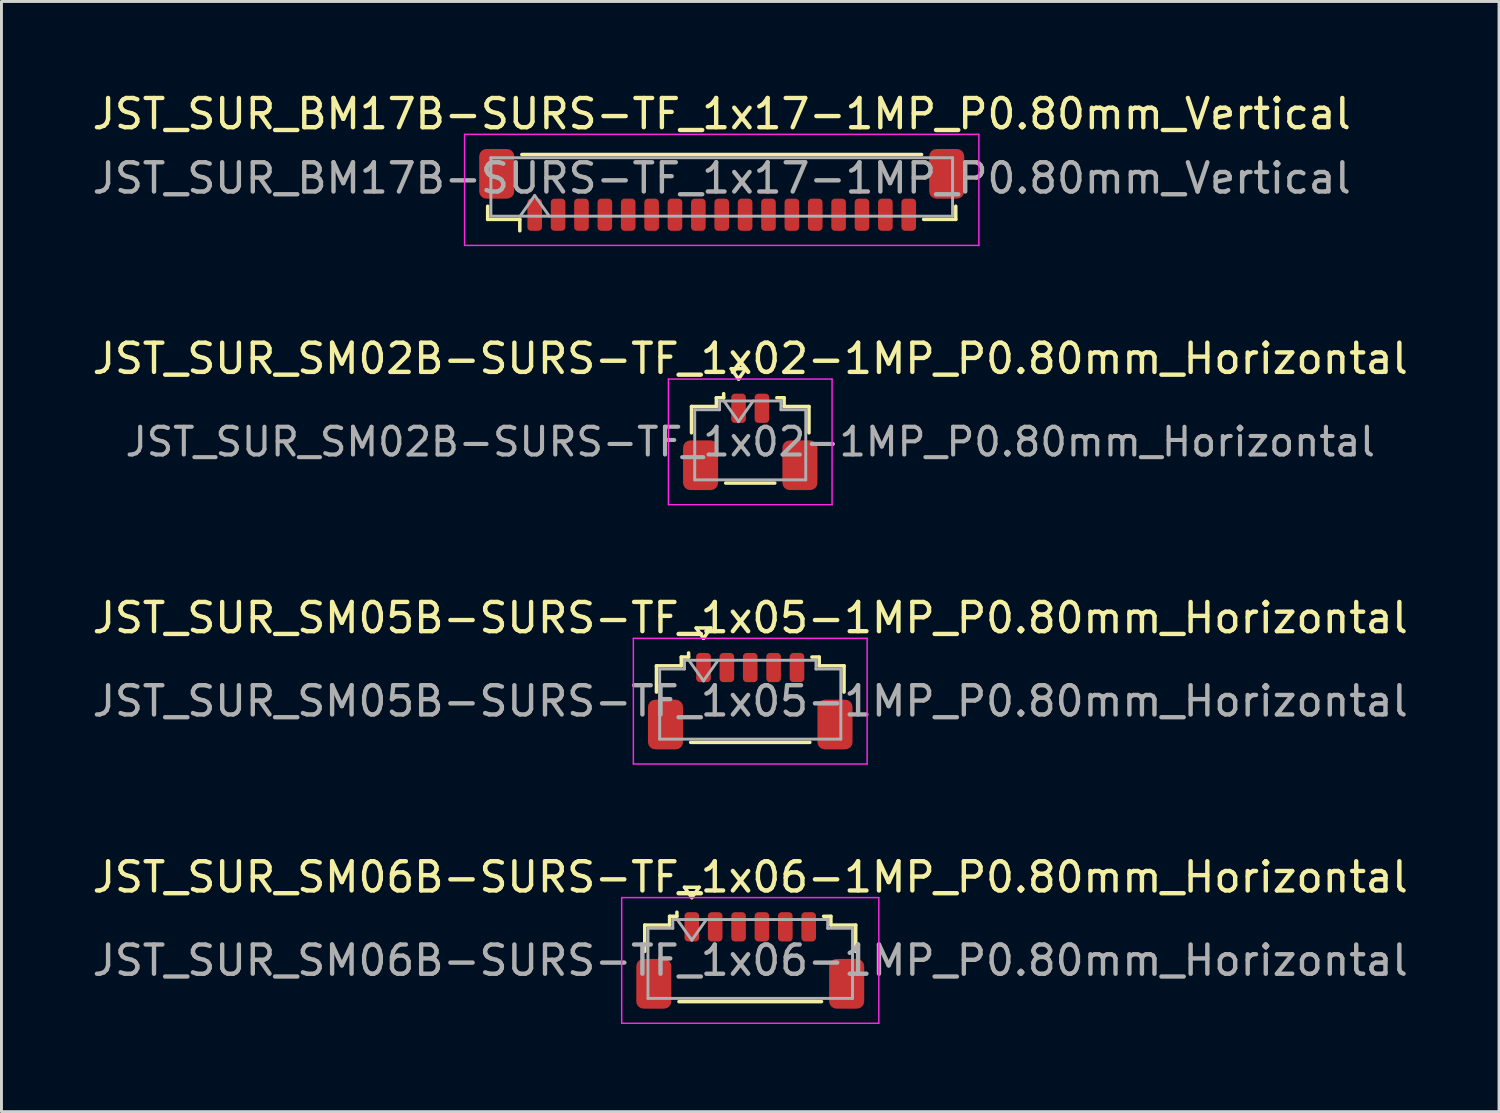
<source format=kicad_pcb>
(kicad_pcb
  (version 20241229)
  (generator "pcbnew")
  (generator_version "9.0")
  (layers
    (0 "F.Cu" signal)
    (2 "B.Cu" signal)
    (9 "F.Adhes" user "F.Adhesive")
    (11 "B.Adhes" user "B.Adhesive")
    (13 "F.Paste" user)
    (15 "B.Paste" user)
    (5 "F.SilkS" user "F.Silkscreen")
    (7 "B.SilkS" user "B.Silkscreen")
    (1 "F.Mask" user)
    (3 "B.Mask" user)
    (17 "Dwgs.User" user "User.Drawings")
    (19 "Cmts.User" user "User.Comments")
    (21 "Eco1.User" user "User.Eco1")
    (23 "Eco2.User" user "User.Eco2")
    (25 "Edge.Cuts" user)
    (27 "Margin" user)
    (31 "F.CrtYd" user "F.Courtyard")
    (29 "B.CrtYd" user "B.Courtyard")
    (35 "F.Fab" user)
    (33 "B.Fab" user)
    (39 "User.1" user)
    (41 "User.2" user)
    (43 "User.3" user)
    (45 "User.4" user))
  (footprint "JST_SUR_SM02B-SURS-TF_1x02-1MP_P0.80mm_Horizontal"
    (layer "F.Cu")
    (at 22.625 12.072)
    (property "Reference" "JST_SUR_SM02B-SURS-TF_1x02-1MP_P0.80mm_Horizontal" (at 0 -2.85 0) (layer "F.SilkS") (effects (font (size 1 1) (thickness 0.15))))
    (attr smd)
    (fp_line (start -2.01 -1.21) (end -1.16 -1.21) (stroke (width 0.12) (type solid)) (layer "F.SilkS"))
    (fp_line (start -2.01 -0.31) (end -2.01 -1.21) (stroke (width 0.12) (type solid)) (layer "F.SilkS"))
    (fp_line (start -1.16 -1.51) (end -0.91 -1.51) (stroke (width 0.12) (type solid)) (layer "F.SilkS"))
    (fp_line (start -1.16 -1.21) (end -1.16 -1.51) (stroke (width 0.12) (type solid)) (layer "F.SilkS"))
    (fp_line (start -0.91 -1.51) (end -0.91 -1.65) (stroke (width 0.12) (type solid)) (layer "F.SilkS"))
    (fp_line (start -0.84 1.41) (end 0.84 1.41) (stroke (width 0.12) (type solid)) (layer "F.SilkS"))
    (fp_line (start -0.65 -2.504) (end -0.4 -2.15) (stroke (width 0.12) (type solid)) (layer "F.SilkS"))
    (fp_line (start -0.4 -2.15) (end -0.15 -2.504) (stroke (width 0.12) (type solid)) (layer "F.SilkS"))
    (fp_line (start -0.15 -2.504) (end -0.65 -2.504) (stroke (width 0.12) (type solid)) (layer "F.SilkS"))
    (fp_line (start 1.16 -1.51) (end 0.91 -1.51) (stroke (width 0.12) (type solid)) (layer "F.SilkS"))
    (fp_line (start 1.16 -1.21) (end 1.16 -1.51) (stroke (width 0.12) (type solid)) (layer "F.SilkS"))
    (fp_line (start 2.01 -1.21) (end 1.16 -1.21) (stroke (width 0.12) (type solid)) (layer "F.SilkS"))
    (fp_line (start 2.01 -0.31) (end 2.01 -1.21) (stroke (width 0.12) (type solid)) (layer "F.SilkS"))
    (fp_line (start -2.8 -2.15) (end -2.8 2.15) (stroke (width 0.05) (type solid)) (layer "F.CrtYd"))
    (fp_line (start -2.8 2.15) (end 2.8 2.15) (stroke (width 0.05) (type solid)) (layer "F.CrtYd"))
    (fp_line (start 2.8 -2.15) (end -2.8 -2.15) (stroke (width 0.05) (type solid)) (layer "F.CrtYd"))
    (fp_line (start 2.8 2.15) (end 2.8 -2.15) (stroke (width 0.05) (type solid)) (layer "F.CrtYd"))
    (fp_line (start -1.9 -1.1) (end -1.9 1.3) (stroke (width 0.1) (type solid)) (layer "F.Fab"))
    (fp_line (start -1.9 -1.1) (end -1.05 -1.1) (stroke (width 0.1) (type solid)) (layer "F.Fab"))
    (fp_line (start -1.9 1.3) (end 1.9 1.3) (stroke (width 0.1) (type solid)) (layer "F.Fab"))
    (fp_line (start -1.05 -1.4) (end 1.05 -1.4) (stroke (width 0.1) (type solid)) (layer "F.Fab"))
    (fp_line (start -1.05 -1.1) (end -1.05 -1.4) (stroke (width 0.1) (type solid)) (layer "F.Fab"))
    (fp_line (start -0.9 -1.4) (end -0.4 -0.693) (stroke (width 0.1) (type solid)) (layer "F.Fab"))
    (fp_line (start -0.4 -0.693) (end 0.1 -1.4) (stroke (width 0.1) (type solid)) (layer "F.Fab"))
    (fp_line (start 1.05 -1.4) (end 1.05 -1.1) (stroke (width 0.1) (type solid)) (layer "F.Fab"))
    (fp_line (start 1.05 -1.1) (end 1.9 -1.1) (stroke (width 0.1) (type solid)) (layer "F.Fab"))
    (fp_line (start 1.9 -1.1) (end 1.9 1.3) (stroke (width 0.1) (type solid)) (layer "F.Fab"))
    (fp_text user "${REFERENCE}" (at 0 0 0) (layer "F.Fab") (effects (font (size 0.95 0.95) (thickness 0.14))))
    (pad "1" smd roundrect (at -0.4 -1.15) (size 0.5 1) (layers "F.Cu" "F.Mask" "F.Paste") (roundrect_rratio 0.25))
    (pad "2" smd roundrect (at 0.4 -1.15) (size 0.5 1) (layers "F.Cu" "F.Mask" "F.Paste") (roundrect_rratio 0.25))
    (pad "MP" smd roundrect (at -1.7 0.8) (size 1.2 1.7) (layers "F.Cu" "F.Mask" "F.Paste") (roundrect_rratio 0.208))
    (pad "MP" smd roundrect (at 1.7 0.8) (size 1.2 1.7) (layers "F.Cu" "F.Mask" "F.Paste") (roundrect_rratio 0.208)))
  (footprint "JST_SUR_BM17B-SURS-TF_1x17-1MP_P0.80mm_Vertical"
    (layer "F.Cu")
    (at 21.649 3.448)
    (property "Reference" "JST_SUR_BM17B-SURS-TF_1x17-1MP_P0.80mm_Vertical" (at 0 -2.6 0) (layer "F.SilkS") (effects (font (size 1 1) (thickness 0.15))))
    (attr smd)
    (fp_line (start -8.01 0.56) (end -8.01 1.01) (stroke (width 0.12) (type solid)) (layer "F.SilkS"))
    (fp_line (start -8.01 1.01) (end -6.91 1.01) (stroke (width 0.12) (type solid)) (layer "F.SilkS"))
    (fp_line (start -6.91 1.01) (end -6.91 1.4) (stroke (width 0.12) (type solid)) (layer "F.SilkS"))
    (fp_line (start -6.84 -1.21) (end 6.84 -1.21) (stroke (width 0.12) (type solid)) (layer "F.SilkS"))
    (fp_line (start 8.01 0.56) (end 8.01 1.01) (stroke (width 0.12) (type solid)) (layer "F.SilkS"))
    (fp_line (start 8.01 1.01) (end 6.91 1.01) (stroke (width 0.12) (type solid)) (layer "F.SilkS"))
    (fp_line (start -8.8 -1.9) (end -8.8 1.9) (stroke (width 0.05) (type solid)) (layer "F.CrtYd"))
    (fp_line (start -8.8 1.9) (end 8.8 1.9) (stroke (width 0.05) (type solid)) (layer "F.CrtYd"))
    (fp_line (start 8.8 -1.9) (end -8.8 -1.9) (stroke (width 0.05) (type solid)) (layer "F.CrtYd"))
    (fp_line (start 8.8 1.9) (end 8.8 -1.9) (stroke (width 0.05) (type solid)) (layer "F.CrtYd"))
    (fp_line (start -7.9 -1.1) (end 7.9 -1.1) (stroke (width 0.1) (type solid)) (layer "F.Fab"))
    (fp_line (start -7.9 0.9) (end -7.9 -1.1) (stroke (width 0.1) (type solid)) (layer "F.Fab"))
    (fp_line (start -7.9 0.9) (end 7.9 0.9) (stroke (width 0.1) (type solid)) (layer "F.Fab"))
    (fp_line (start -6.9 0.9) (end -6.4 0.193) (stroke (width 0.1) (type solid)) (layer "F.Fab"))
    (fp_line (start -6.4 0.193) (end -5.9 0.9) (stroke (width 0.1) (type solid)) (layer "F.Fab"))
    (fp_line (start 7.9 0.9) (end 7.9 -1.1) (stroke (width 0.1) (type solid)) (layer "F.Fab"))
    (fp_text user "${REFERENCE}" (at 0 -0.4 0) (layer "F.Fab") (effects (font (size 1 1) (thickness 0.15))))
    (pad "1" smd roundrect (at -6.4 0.85) (size 0.5 1.1) (layers "F.Cu" "F.Mask" "F.Paste") (roundrect_rratio 0.25))
    (pad "2" smd roundrect (at -5.6 0.85) (size 0.5 1.1) (layers "F.Cu" "F.Mask" "F.Paste") (roundrect_rratio 0.25))
    (pad "3" smd roundrect (at -4.8 0.85) (size 0.5 1.1) (layers "F.Cu" "F.Mask" "F.Paste") (roundrect_rratio 0.25))
    (pad "4" smd roundrect (at -4 0.85) (size 0.5 1.1) (layers "F.Cu" "F.Mask" "F.Paste") (roundrect_rratio 0.25))
    (pad "5" smd roundrect (at -3.2 0.85) (size 0.5 1.1) (layers "F.Cu" "F.Mask" "F.Paste") (roundrect_rratio 0.25))
    (pad "6" smd roundrect (at -2.4 0.85) (size 0.5 1.1) (layers "F.Cu" "F.Mask" "F.Paste") (roundrect_rratio 0.25))
    (pad "7" smd roundrect (at -1.6 0.85) (size 0.5 1.1) (layers "F.Cu" "F.Mask" "F.Paste") (roundrect_rratio 0.25))
    (pad "8" smd roundrect (at -0.8 0.85) (size 0.5 1.1) (layers "F.Cu" "F.Mask" "F.Paste") (roundrect_rratio 0.25))
    (pad "9" smd roundrect (at 0 0.85) (size 0.5 1.1) (layers "F.Cu" "F.Mask" "F.Paste") (roundrect_rratio 0.25))
    (pad "10" smd roundrect (at 0.8 0.85) (size 0.5 1.1) (layers "F.Cu" "F.Mask" "F.Paste") (roundrect_rratio 0.25))
    (pad "11" smd roundrect (at 1.6 0.85) (size 0.5 1.1) (layers "F.Cu" "F.Mask" "F.Paste") (roundrect_rratio 0.25))
    (pad "12" smd roundrect (at 2.4 0.85) (size 0.5 1.1) (layers "F.Cu" "F.Mask" "F.Paste") (roundrect_rratio 0.25))
    (pad "13" smd roundrect (at 3.2 0.85) (size 0.5 1.1) (layers "F.Cu" "F.Mask" "F.Paste") (roundrect_rratio 0.25))
    (pad "14" smd roundrect (at 4 0.85) (size 0.5 1.1) (layers "F.Cu" "F.Mask" "F.Paste") (roundrect_rratio 0.25))
    (pad "15" smd roundrect (at 4.8 0.85) (size 0.5 1.1) (layers "F.Cu" "F.Mask" "F.Paste") (roundrect_rratio 0.25))
    (pad "16" smd roundrect (at 5.6 0.85) (size 0.5 1.1) (layers "F.Cu" "F.Mask" "F.Paste") (roundrect_rratio 0.25))
    (pad "17" smd roundrect (at 6.4 0.85) (size 0.5 1.1) (layers "F.Cu" "F.Mask" "F.Paste") (roundrect_rratio 0.25))
    (pad "MP" smd roundrect (at -7.7 -0.55) (size 1.2 1.7) (layers "F.Cu" "F.Mask" "F.Paste") (roundrect_rratio 0.208))
    (pad "MP" smd roundrect (at 7.7 -0.55) (size 1.2 1.7) (layers "F.Cu" "F.Mask" "F.Paste") (roundrect_rratio 0.208)))
  (footprint "JST_SUR_SM05B-SURS-TF_1x05-1MP_P0.80mm_Horizontal"
    (layer "F.Cu")
    (at 22.625 20.945)
    (property "Reference" "JST_SUR_SM05B-SURS-TF_1x05-1MP_P0.80mm_Horizontal" (at 0 -2.85 0) (layer "F.SilkS") (effects (font (size 1 1) (thickness 0.15))))
    (attr smd)
    (fp_line (start -3.21 -1.21) (end -2.36 -1.21) (stroke (width 0.12) (type solid)) (layer "F.SilkS"))
    (fp_line (start -3.21 -0.31) (end -3.21 -1.21) (stroke (width 0.12) (type solid)) (layer "F.SilkS"))
    (fp_line (start -2.36 -1.51) (end -2.11 -1.51) (stroke (width 0.12) (type solid)) (layer "F.SilkS"))
    (fp_line (start -2.36 -1.21) (end -2.36 -1.51) (stroke (width 0.12) (type solid)) (layer "F.SilkS"))
    (fp_line (start -2.11 -1.51) (end -2.11 -1.65) (stroke (width 0.12) (type solid)) (layer "F.SilkS"))
    (fp_line (start -2.04 1.41) (end 2.04 1.41) (stroke (width 0.12) (type solid)) (layer "F.SilkS"))
    (fp_line (start -1.85 -2.504) (end -1.6 -2.15) (stroke (width 0.12) (type solid)) (layer "F.SilkS"))
    (fp_line (start -1.6 -2.15) (end -1.35 -2.504) (stroke (width 0.12) (type solid)) (layer "F.SilkS"))
    (fp_line (start -1.35 -2.504) (end -1.85 -2.504) (stroke (width 0.12) (type solid)) (layer "F.SilkS"))
    (fp_line (start 2.36 -1.51) (end 2.11 -1.51) (stroke (width 0.12) (type solid)) (layer "F.SilkS"))
    (fp_line (start 2.36 -1.21) (end 2.36 -1.51) (stroke (width 0.12) (type solid)) (layer "F.SilkS"))
    (fp_line (start 3.21 -1.21) (end 2.36 -1.21) (stroke (width 0.12) (type solid)) (layer "F.SilkS"))
    (fp_line (start 3.21 -0.31) (end 3.21 -1.21) (stroke (width 0.12) (type solid)) (layer "F.SilkS"))
    (fp_line (start -4 -2.15) (end -4 2.15) (stroke (width 0.05) (type solid)) (layer "F.CrtYd"))
    (fp_line (start -4 2.15) (end 4 2.15) (stroke (width 0.05) (type solid)) (layer "F.CrtYd"))
    (fp_line (start 4 -2.15) (end -4 -2.15) (stroke (width 0.05) (type solid)) (layer "F.CrtYd"))
    (fp_line (start 4 2.15) (end 4 -2.15) (stroke (width 0.05) (type solid)) (layer "F.CrtYd"))
    (fp_line (start -3.1 -1.1) (end -3.1 1.3) (stroke (width 0.1) (type solid)) (layer "F.Fab"))
    (fp_line (start -3.1 -1.1) (end -2.25 -1.1) (stroke (width 0.1) (type solid)) (layer "F.Fab"))
    (fp_line (start -3.1 1.3) (end 3.1 1.3) (stroke (width 0.1) (type solid)) (layer "F.Fab"))
    (fp_line (start -2.25 -1.4) (end 2.25 -1.4) (stroke (width 0.1) (type solid)) (layer "F.Fab"))
    (fp_line (start -2.25 -1.1) (end -2.25 -1.4) (stroke (width 0.1) (type solid)) (layer "F.Fab"))
    (fp_line (start -2.1 -1.4) (end -1.6 -0.693) (stroke (width 0.1) (type solid)) (layer "F.Fab"))
    (fp_line (start -1.6 -0.693) (end -1.1 -1.4) (stroke (width 0.1) (type solid)) (layer "F.Fab"))
    (fp_line (start 2.25 -1.4) (end 2.25 -1.1) (stroke (width 0.1) (type solid)) (layer "F.Fab"))
    (fp_line (start 2.25 -1.1) (end 3.1 -1.1) (stroke (width 0.1) (type solid)) (layer "F.Fab"))
    (fp_line (start 3.1 -1.1) (end 3.1 1.3) (stroke (width 0.1) (type solid)) (layer "F.Fab"))
    (fp_text user "${REFERENCE}" (at 0 0 0) (layer "F.Fab") (effects (font (size 1 1) (thickness 0.15))))
    (pad "1" smd roundrect (at -1.6 -1.15) (size 0.5 1) (layers "F.Cu" "F.Mask" "F.Paste") (roundrect_rratio 0.25))
    (pad "2" smd roundrect (at -0.8 -1.15) (size 0.5 1) (layers "F.Cu" "F.Mask" "F.Paste") (roundrect_rratio 0.25))
    (pad "3" smd roundrect (at 0 -1.15) (size 0.5 1) (layers "F.Cu" "F.Mask" "F.Paste") (roundrect_rratio 0.25))
    (pad "4" smd roundrect (at 0.8 -1.15) (size 0.5 1) (layers "F.Cu" "F.Mask" "F.Paste") (roundrect_rratio 0.25))
    (pad "5" smd roundrect (at 1.6 -1.15) (size 0.5 1) (layers "F.Cu" "F.Mask" "F.Paste") (roundrect_rratio 0.25))
    (pad "MP" smd roundrect (at -2.9 0.8) (size 1.2 1.7) (layers "F.Cu" "F.Mask" "F.Paste") (roundrect_rratio 0.208))
    (pad "MP" smd roundrect (at 2.9 0.8) (size 1.2 1.7) (layers "F.Cu" "F.Mask" "F.Paste") (roundrect_rratio 0.208)))
  (footprint "JST_SUR_SM06B-SURS-TF_1x06-1MP_P0.80mm_Horizontal"
    (layer "F.Cu")
    (at 22.625 29.818)
    (property "Reference" "JST_SUR_SM06B-SURS-TF_1x06-1MP_P0.80mm_Horizontal" (at 0 -2.85 0) (layer "F.SilkS") (effects (font (size 1 1) (thickness 0.15))))
    (attr smd)
    (fp_line (start -3.61 -1.21) (end -2.76 -1.21) (stroke (width 0.12) (type solid)) (layer "F.SilkS"))
    (fp_line (start -3.61 -0.31) (end -3.61 -1.21) (stroke (width 0.12) (type solid)) (layer "F.SilkS"))
    (fp_line (start -2.76 -1.51) (end -2.51 -1.51) (stroke (width 0.12) (type solid)) (layer "F.SilkS"))
    (fp_line (start -2.76 -1.21) (end -2.76 -1.51) (stroke (width 0.12) (type solid)) (layer "F.SilkS"))
    (fp_line (start -2.51 -1.51) (end -2.51 -1.65) (stroke (width 0.12) (type solid)) (layer "F.SilkS"))
    (fp_line (start -2.44 1.41) (end 2.44 1.41) (stroke (width 0.12) (type solid)) (layer "F.SilkS"))
    (fp_line (start -2.25 -2.504) (end -2 -2.15) (stroke (width 0.12) (type solid)) (layer "F.SilkS"))
    (fp_line (start -2 -2.15) (end -1.75 -2.504) (stroke (width 0.12) (type solid)) (layer "F.SilkS"))
    (fp_line (start -1.75 -2.504) (end -2.25 -2.504) (stroke (width 0.12) (type solid)) (layer "F.SilkS"))
    (fp_line (start 2.76 -1.51) (end 2.51 -1.51) (stroke (width 0.12) (type solid)) (layer "F.SilkS"))
    (fp_line (start 2.76 -1.21) (end 2.76 -1.51) (stroke (width 0.12) (type solid)) (layer "F.SilkS"))
    (fp_line (start 3.61 -1.21) (end 2.76 -1.21) (stroke (width 0.12) (type solid)) (layer "F.SilkS"))
    (fp_line (start 3.61 -0.31) (end 3.61 -1.21) (stroke (width 0.12) (type solid)) (layer "F.SilkS"))
    (fp_line (start -4.4 -2.15) (end -4.4 2.15) (stroke (width 0.05) (type solid)) (layer "F.CrtYd"))
    (fp_line (start -4.4 2.15) (end 4.4 2.15) (stroke (width 0.05) (type solid)) (layer "F.CrtYd"))
    (fp_line (start 4.4 -2.15) (end -4.4 -2.15) (stroke (width 0.05) (type solid)) (layer "F.CrtYd"))
    (fp_line (start 4.4 2.15) (end 4.4 -2.15) (stroke (width 0.05) (type solid)) (layer "F.CrtYd"))
    (fp_line (start -3.5 -1.1) (end -3.5 1.3) (stroke (width 0.1) (type solid)) (layer "F.Fab"))
    (fp_line (start -3.5 -1.1) (end -2.65 -1.1) (stroke (width 0.1) (type solid)) (layer "F.Fab"))
    (fp_line (start -3.5 1.3) (end 3.5 1.3) (stroke (width 0.1) (type solid)) (layer "F.Fab"))
    (fp_line (start -2.65 -1.4) (end 2.65 -1.4) (stroke (width 0.1) (type solid)) (layer "F.Fab"))
    (fp_line (start -2.65 -1.1) (end -2.65 -1.4) (stroke (width 0.1) (type solid)) (layer "F.Fab"))
    (fp_line (start -2.5 -1.4) (end -2 -0.693) (stroke (width 0.1) (type solid)) (layer "F.Fab"))
    (fp_line (start -2 -0.693) (end -1.5 -1.4) (stroke (width 0.1) (type solid)) (layer "F.Fab"))
    (fp_line (start 2.65 -1.4) (end 2.65 -1.1) (stroke (width 0.1) (type solid)) (layer "F.Fab"))
    (fp_line (start 2.65 -1.1) (end 3.5 -1.1) (stroke (width 0.1) (type solid)) (layer "F.Fab"))
    (fp_line (start 3.5 -1.1) (end 3.5 1.3) (stroke (width 0.1) (type solid)) (layer "F.Fab"))
    (fp_text user "${REFERENCE}" (at 0 0 0) (layer "F.Fab") (effects (font (size 1 1) (thickness 0.15))))
    (pad "1" smd roundrect (at -2 -1.15) (size 0.5 1) (layers "F.Cu" "F.Mask" "F.Paste") (roundrect_rratio 0.25))
    (pad "2" smd roundrect (at -1.2 -1.15) (size 0.5 1) (layers "F.Cu" "F.Mask" "F.Paste") (roundrect_rratio 0.25))
    (pad "3" smd roundrect (at -0.4 -1.15) (size 0.5 1) (layers "F.Cu" "F.Mask" "F.Paste") (roundrect_rratio 0.25))
    (pad "4" smd roundrect (at 0.4 -1.15) (size 0.5 1) (layers "F.Cu" "F.Mask" "F.Paste") (roundrect_rratio 0.25))
    (pad "5" smd roundrect (at 1.2 -1.15) (size 0.5 1) (layers "F.Cu" "F.Mask" "F.Paste") (roundrect_rratio 0.25))
    (pad "6" smd roundrect (at 2 -1.15) (size 0.5 1) (layers "F.Cu" "F.Mask" "F.Paste") (roundrect_rratio 0.25))
    (pad "MP" smd roundrect (at -3.3 0.8) (size 1.2 1.7) (layers "F.Cu" "F.Mask" "F.Paste") (roundrect_rratio 0.208))
    (pad "MP" smd roundrect (at 3.3 0.8) (size 1.2 1.7) (layers "F.Cu" "F.Mask" "F.Paste") (roundrect_rratio 0.208)))
  (gr_rect
    (start -3 -3)
    (end 48.25 34.993)
    (stroke (width 0.1) (type default))
    (fill no)
    (layer "Edge.Cuts")))
</source>
